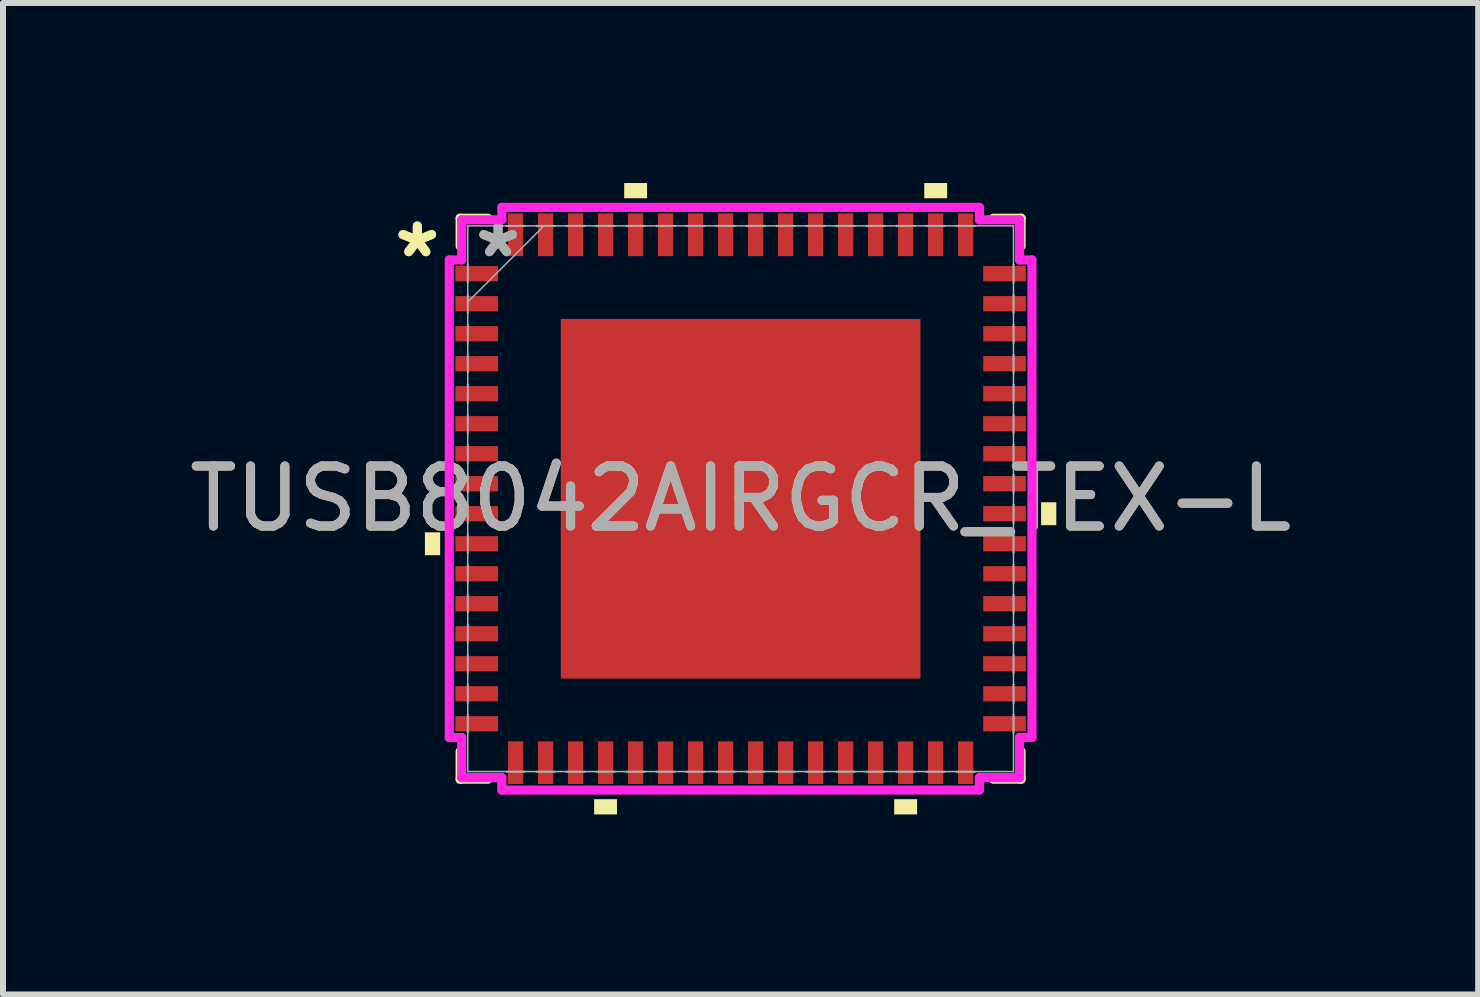
<source format=kicad_pcb>
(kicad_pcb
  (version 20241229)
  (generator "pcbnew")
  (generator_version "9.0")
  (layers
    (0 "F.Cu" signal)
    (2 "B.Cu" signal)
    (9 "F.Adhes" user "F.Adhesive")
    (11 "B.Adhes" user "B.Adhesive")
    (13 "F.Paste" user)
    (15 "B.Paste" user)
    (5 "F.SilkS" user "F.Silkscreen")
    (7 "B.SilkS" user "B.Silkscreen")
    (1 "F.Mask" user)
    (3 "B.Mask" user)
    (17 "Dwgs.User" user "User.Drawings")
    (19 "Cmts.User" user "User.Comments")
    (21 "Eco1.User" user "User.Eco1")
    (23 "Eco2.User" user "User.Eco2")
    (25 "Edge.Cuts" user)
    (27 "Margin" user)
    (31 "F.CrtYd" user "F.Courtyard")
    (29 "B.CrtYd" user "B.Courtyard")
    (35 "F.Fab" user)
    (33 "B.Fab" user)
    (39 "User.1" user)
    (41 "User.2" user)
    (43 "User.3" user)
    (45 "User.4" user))
  (footprint "TUSB8042AIRGCR_TEX-L"
    (layer "F.Cu")
    (at 9.292 5.261)
    (property "Reference" "TUSB8042AIRGCR_TEX-L" (at 0 0 0) (unlocked yes) (layer "F.SilkS") (effects (font (size 1 1) (thickness 0.15))))
    (attr smd)
    (fp_line (start -4.674 -4.674) (end -4.674 -4.21) (stroke (width 0.152) (type solid)) (layer "F.SilkS"))
    (fp_line (start -4.674 4.21) (end -4.674 4.674) (stroke (width 0.152) (type solid)) (layer "F.SilkS"))
    (fp_line (start -4.674 4.674) (end -4.21 4.674) (stroke (width 0.152) (type solid)) (layer "F.SilkS"))
    (fp_line (start -4.21 -4.674) (end -4.674 -4.674) (stroke (width 0.152) (type solid)) (layer "F.SilkS"))
    (fp_line (start 4.21 4.674) (end 4.674 4.674) (stroke (width 0.152) (type solid)) (layer "F.SilkS"))
    (fp_line (start 4.674 -4.674) (end 4.21 -4.674) (stroke (width 0.152) (type solid)) (layer "F.SilkS"))
    (fp_line (start 4.674 -4.21) (end 4.674 -4.674) (stroke (width 0.152) (type solid)) (layer "F.SilkS"))
    (fp_line (start 4.674 4.674) (end 4.674 4.21) (stroke (width 0.152) (type solid)) (layer "F.SilkS"))
    (fp_poly (pts (xy -5.261 0.56) (xy -5.261 0.941) (xy -5.007 0.941) (xy -5.007 0.56)) (stroke (width 0) (type solid)) (fill yes) (layer "F.SilkS"))
    (fp_poly (pts (xy -2.441 5.007) (xy -2.441 5.261) (xy -2.06 5.261) (xy -2.06 5.007)) (stroke (width 0) (type solid)) (fill yes) (layer "F.SilkS"))
    (fp_poly (pts (xy -1.94 -5.007) (xy -1.94 -5.261) (xy -1.559 -5.261) (xy -1.559 -5.007)) (stroke (width 0) (type solid)) (fill yes) (layer "F.SilkS"))
    (fp_poly (pts (xy 2.559 5.007) (xy 2.559 5.261) (xy 2.941 5.261) (xy 2.941 5.007)) (stroke (width 0) (type solid)) (fill yes) (layer "F.SilkS"))
    (fp_poly (pts (xy 3.06 -5.007) (xy 3.06 -5.261) (xy 3.441 -5.261) (xy 3.441 -5.007)) (stroke (width 0) (type solid)) (fill yes) (layer "F.SilkS"))
    (fp_poly (pts (xy 5.261 0.059) (xy 5.261 0.441) (xy 5.007 0.441) (xy 5.007 0.059)) (stroke (width 0) (type solid)) (fill yes) (layer "F.SilkS"))
    (fp_poly (pts (xy -2.897 -2.897) (xy -2.897 -1.599) (xy -1.599 -1.599) (xy -1.599 -2.897)) (stroke (width 0) (type solid)) (fill yes) (layer "F.Paste"))
    (fp_poly (pts (xy -2.897 -1.399) (xy -2.897 -0.1) (xy -1.599 -0.1) (xy -1.599 -1.399)) (stroke (width 0) (type solid)) (fill yes) (layer "F.Paste"))
    (fp_poly (pts (xy -2.897 0.1) (xy -2.897 1.399) (xy -1.599 1.399) (xy -1.599 0.1)) (stroke (width 0) (type solid)) (fill yes) (layer "F.Paste"))
    (fp_poly (pts (xy -2.897 1.599) (xy -2.897 2.897) (xy -1.599 2.897) (xy -1.599 1.599)) (stroke (width 0) (type solid)) (fill yes) (layer "F.Paste"))
    (fp_poly (pts (xy -1.399 -2.897) (xy -1.399 -1.599) (xy -0.1 -1.599) (xy -0.1 -2.897)) (stroke (width 0) (type solid)) (fill yes) (layer "F.Paste"))
    (fp_poly (pts (xy -1.399 -1.399) (xy -1.399 -0.1) (xy -0.1 -0.1) (xy -0.1 -1.399)) (stroke (width 0) (type solid)) (fill yes) (layer "F.Paste"))
    (fp_poly (pts (xy -1.399 0.1) (xy -1.399 1.399) (xy -0.1 1.399) (xy -0.1 0.1)) (stroke (width 0) (type solid)) (fill yes) (layer "F.Paste"))
    (fp_poly (pts (xy -1.399 1.599) (xy -1.399 2.897) (xy -0.1 2.897) (xy -0.1 1.599)) (stroke (width 0) (type solid)) (fill yes) (layer "F.Paste"))
    (fp_poly (pts (xy 0.1 -2.897) (xy 0.1 -1.599) (xy 1.399 -1.599) (xy 1.399 -2.897)) (stroke (width 0) (type solid)) (fill yes) (layer "F.Paste"))
    (fp_poly (pts (xy 0.1 -1.399) (xy 0.1 -0.1) (xy 1.399 -0.1) (xy 1.399 -1.399)) (stroke (width 0) (type solid)) (fill yes) (layer "F.Paste"))
    (fp_poly (pts (xy 0.1 0.1) (xy 0.1 1.399) (xy 1.399 1.399) (xy 1.399 0.1)) (stroke (width 0) (type solid)) (fill yes) (layer "F.Paste"))
    (fp_poly (pts (xy 0.1 1.599) (xy 0.1 2.897) (xy 1.399 2.897) (xy 1.399 1.599)) (stroke (width 0) (type solid)) (fill yes) (layer "F.Paste"))
    (fp_poly (pts (xy 1.599 -2.897) (xy 1.599 -1.599) (xy 2.897 -1.599) (xy 2.897 -2.897)) (stroke (width 0) (type solid)) (fill yes) (layer "F.Paste"))
    (fp_poly (pts (xy 1.599 -1.399) (xy 1.599 -0.1) (xy 2.897 -0.1) (xy 2.897 -1.399)) (stroke (width 0) (type solid)) (fill yes) (layer "F.Paste"))
    (fp_poly (pts (xy 1.599 0.1) (xy 1.599 1.399) (xy 2.897 1.399) (xy 2.897 0.1)) (stroke (width 0) (type solid)) (fill yes) (layer "F.Paste"))
    (fp_poly (pts (xy 1.599 1.599) (xy 1.599 2.897) (xy 2.897 2.897) (xy 2.897 1.599)) (stroke (width 0) (type solid)) (fill yes) (layer "F.Paste"))
    (fp_line (start -4.855 -3.979) (end -4.648 -3.979) (stroke (width 0.152) (type solid)) (layer "F.CrtYd"))
    (fp_line (start -4.855 3.979) (end -4.855 -3.979) (stroke (width 0.152) (type solid)) (layer "F.CrtYd"))
    (fp_line (start -4.648 -4.648) (end -3.979 -4.648) (stroke (width 0.152) (type solid)) (layer "F.CrtYd"))
    (fp_line (start -4.648 -3.979) (end -4.648 -4.648) (stroke (width 0.152) (type solid)) (layer "F.CrtYd"))
    (fp_line (start -4.648 3.979) (end -4.855 3.979) (stroke (width 0.152) (type solid)) (layer "F.CrtYd"))
    (fp_line (start -4.648 4.648) (end -4.648 3.979) (stroke (width 0.152) (type solid)) (layer "F.CrtYd"))
    (fp_line (start -3.979 -4.855) (end 3.979 -4.855) (stroke (width 0.152) (type solid)) (layer "F.CrtYd"))
    (fp_line (start -3.979 -4.648) (end -3.979 -4.855) (stroke (width 0.152) (type solid)) (layer "F.CrtYd"))
    (fp_line (start -3.979 4.648) (end -4.648 4.648) (stroke (width 0.152) (type solid)) (layer "F.CrtYd"))
    (fp_line (start -3.979 4.855) (end -3.979 4.648) (stroke (width 0.152) (type solid)) (layer "F.CrtYd"))
    (fp_line (start 3.979 -4.855) (end 3.979 -4.648) (stroke (width 0.152) (type solid)) (layer "F.CrtYd"))
    (fp_line (start 3.979 -4.648) (end 4.648 -4.648) (stroke (width 0.152) (type solid)) (layer "F.CrtYd"))
    (fp_line (start 3.979 4.648) (end 3.979 4.855) (stroke (width 0.152) (type solid)) (layer "F.CrtYd"))
    (fp_line (start 3.979 4.855) (end -3.979 4.855) (stroke (width 0.152) (type solid)) (layer "F.CrtYd"))
    (fp_line (start 4.648 -4.648) (end 4.648 -3.979) (stroke (width 0.152) (type solid)) (layer "F.CrtYd"))
    (fp_line (start 4.648 -3.979) (end 4.855 -3.979) (stroke (width 0.152) (type solid)) (layer "F.CrtYd"))
    (fp_line (start 4.648 3.979) (end 4.648 4.648) (stroke (width 0.152) (type solid)) (layer "F.CrtYd"))
    (fp_line (start 4.648 4.648) (end 3.979 4.648) (stroke (width 0.152) (type solid)) (layer "F.CrtYd"))
    (fp_line (start 4.855 -3.979) (end 4.855 3.979) (stroke (width 0.152) (type solid)) (layer "F.CrtYd"))
    (fp_line (start 4.855 3.979) (end 4.648 3.979) (stroke (width 0.152) (type solid)) (layer "F.CrtYd"))
    (fp_line (start -4.55 -3.902) (end -4.55 -3.598) (stroke (width 0.025) (type solid)) (layer "F.Fab"))
    (fp_line (start -4.55 -3.598) (end -4.547 -3.598) (stroke (width 0.025) (type solid)) (layer "F.Fab"))
    (fp_line (start -4.55 -3.402) (end -4.55 -3.098) (stroke (width 0.025) (type solid)) (layer "F.Fab"))
    (fp_line (start -4.55 -3.098) (end -4.547 -3.098) (stroke (width 0.025) (type solid)) (layer "F.Fab"))
    (fp_line (start -4.55 -2.902) (end -4.55 -2.598) (stroke (width 0.025) (type solid)) (layer "F.Fab"))
    (fp_line (start -4.55 -2.598) (end -4.547 -2.598) (stroke (width 0.025) (type solid)) (layer "F.Fab"))
    (fp_line (start -4.55 -2.402) (end -4.55 -2.098) (stroke (width 0.025) (type solid)) (layer "F.Fab"))
    (fp_line (start -4.55 -2.098) (end -4.547 -2.098) (stroke (width 0.025) (type solid)) (layer "F.Fab"))
    (fp_line (start -4.55 -1.902) (end -4.55 -1.598) (stroke (width 0.025) (type solid)) (layer "F.Fab"))
    (fp_line (start -4.55 -1.598) (end -4.547 -1.598) (stroke (width 0.025) (type solid)) (layer "F.Fab"))
    (fp_line (start -4.55 -1.402) (end -4.55 -1.098) (stroke (width 0.025) (type solid)) (layer "F.Fab"))
    (fp_line (start -4.55 -1.098) (end -4.547 -1.098) (stroke (width 0.025) (type solid)) (layer "F.Fab"))
    (fp_line (start -4.55 -0.902) (end -4.55 -0.598) (stroke (width 0.025) (type solid)) (layer "F.Fab"))
    (fp_line (start -4.55 -0.598) (end -4.547 -0.598) (stroke (width 0.025) (type solid)) (layer "F.Fab"))
    (fp_line (start -4.55 -0.402) (end -4.55 -0.098) (stroke (width 0.025) (type solid)) (layer "F.Fab"))
    (fp_line (start -4.55 -0.098) (end -4.547 -0.098) (stroke (width 0.025) (type solid)) (layer "F.Fab"))
    (fp_line (start -4.55 0.098) (end -4.55 0.402) (stroke (width 0.025) (type solid)) (layer "F.Fab"))
    (fp_line (start -4.55 0.402) (end -4.547 0.402) (stroke (width 0.025) (type solid)) (layer "F.Fab"))
    (fp_line (start -4.55 0.598) (end -4.55 0.902) (stroke (width 0.025) (type solid)) (layer "F.Fab"))
    (fp_line (start -4.55 0.902) (end -4.547 0.902) (stroke (width 0.025) (type solid)) (layer "F.Fab"))
    (fp_line (start -4.55 1.098) (end -4.55 1.402) (stroke (width 0.025) (type solid)) (layer "F.Fab"))
    (fp_line (start -4.55 1.402) (end -4.547 1.402) (stroke (width 0.025) (type solid)) (layer "F.Fab"))
    (fp_line (start -4.55 1.598) (end -4.55 1.902) (stroke (width 0.025) (type solid)) (layer "F.Fab"))
    (fp_line (start -4.55 1.902) (end -4.547 1.902) (stroke (width 0.025) (type solid)) (layer "F.Fab"))
    (fp_line (start -4.55 2.098) (end -4.55 2.402) (stroke (width 0.025) (type solid)) (layer "F.Fab"))
    (fp_line (start -4.55 2.402) (end -4.547 2.402) (stroke (width 0.025) (type solid)) (layer "F.Fab"))
    (fp_line (start -4.55 2.598) (end -4.55 2.902) (stroke (width 0.025) (type solid)) (layer "F.Fab"))
    (fp_line (start -4.55 2.902) (end -4.547 2.902) (stroke (width 0.025) (type solid)) (layer "F.Fab"))
    (fp_line (start -4.55 3.098) (end -4.55 3.402) (stroke (width 0.025) (type solid)) (layer "F.Fab"))
    (fp_line (start -4.55 3.402) (end -4.547 3.402) (stroke (width 0.025) (type solid)) (layer "F.Fab"))
    (fp_line (start -4.55 3.598) (end -4.55 3.902) (stroke (width 0.025) (type solid)) (layer "F.Fab"))
    (fp_line (start -4.55 3.902) (end -4.547 3.902) (stroke (width 0.025) (type solid)) (layer "F.Fab"))
    (fp_line (start -4.547 -4.547) (end -4.547 -4.547) (stroke (width 0.025) (type solid)) (layer "F.Fab"))
    (fp_line (start -4.547 -4.547) (end -4.547 4.547) (stroke (width 0.025) (type solid)) (layer "F.Fab"))
    (fp_line (start -4.547 -3.902) (end -4.55 -3.902) (stroke (width 0.025) (type solid)) (layer "F.Fab"))
    (fp_line (start -4.547 -3.598) (end -4.547 -3.902) (stroke (width 0.025) (type solid)) (layer "F.Fab"))
    (fp_line (start -4.547 -3.402) (end -4.55 -3.402) (stroke (width 0.025) (type solid)) (layer "F.Fab"))
    (fp_line (start -4.547 -3.277) (end -3.277 -4.547) (stroke (width 0.025) (type solid)) (layer "F.Fab"))
    (fp_line (start -4.547 -3.098) (end -4.547 -3.402) (stroke (width 0.025) (type solid)) (layer "F.Fab"))
    (fp_line (start -4.547 -2.902) (end -4.55 -2.902) (stroke (width 0.025) (type solid)) (layer "F.Fab"))
    (fp_line (start -4.547 -2.598) (end -4.547 -2.902) (stroke (width 0.025) (type solid)) (layer "F.Fab"))
    (fp_line (start -4.547 -2.402) (end -4.55 -2.402) (stroke (width 0.025) (type solid)) (layer "F.Fab"))
    (fp_line (start -4.547 -2.098) (end -4.547 -2.402) (stroke (width 0.025) (type solid)) (layer "F.Fab"))
    (fp_line (start -4.547 -1.902) (end -4.55 -1.902) (stroke (width 0.025) (type solid)) (layer "F.Fab"))
    (fp_line (start -4.547 -1.598) (end -4.547 -1.902) (stroke (width 0.025) (type solid)) (layer "F.Fab"))
    (fp_line (start -4.547 -1.402) (end -4.55 -1.402) (stroke (width 0.025) (type solid)) (layer "F.Fab"))
    (fp_line (start -4.547 -1.098) (end -4.547 -1.402) (stroke (width 0.025) (type solid)) (layer "F.Fab"))
    (fp_line (start -4.547 -0.902) (end -4.55 -0.902) (stroke (width 0.025) (type solid)) (layer "F.Fab"))
    (fp_line (start -4.547 -0.598) (end -4.547 -0.902) (stroke (width 0.025) (type solid)) (layer "F.Fab"))
    (fp_line (start -4.547 -0.402) (end -4.55 -0.402) (stroke (width 0.025) (type solid)) (layer "F.Fab"))
    (fp_line (start -4.547 -0.098) (end -4.547 -0.402) (stroke (width 0.025) (type solid)) (layer "F.Fab"))
    (fp_line (start -4.547 0.098) (end -4.55 0.098) (stroke (width 0.025) (type solid)) (layer "F.Fab"))
    (fp_line (start -4.547 0.402) (end -4.547 0.098) (stroke (width 0.025) (type solid)) (layer "F.Fab"))
    (fp_line (start -4.547 0.598) (end -4.55 0.598) (stroke (width 0.025) (type solid)) (layer "F.Fab"))
    (fp_line (start -4.547 0.902) (end -4.547 0.598) (stroke (width 0.025) (type solid)) (layer "F.Fab"))
    (fp_line (start -4.547 1.098) (end -4.55 1.098) (stroke (width 0.025) (type solid)) (layer "F.Fab"))
    (fp_line (start -4.547 1.402) (end -4.547 1.098) (stroke (width 0.025) (type solid)) (layer "F.Fab"))
    (fp_line (start -4.547 1.598) (end -4.55 1.598) (stroke (width 0.025) (type solid)) (layer "F.Fab"))
    (fp_line (start -4.547 1.902) (end -4.547 1.598) (stroke (width 0.025) (type solid)) (layer "F.Fab"))
    (fp_line (start -4.547 2.098) (end -4.55 2.098) (stroke (width 0.025) (type solid)) (layer "F.Fab"))
    (fp_line (start -4.547 2.402) (end -4.547 2.098) (stroke (width 0.025) (type solid)) (layer "F.Fab"))
    (fp_line (start -4.547 2.598) (end -4.55 2.598) (stroke (width 0.025) (type solid)) (layer "F.Fab"))
    (fp_line (start -4.547 2.902) (end -4.547 2.598) (stroke (width 0.025) (type solid)) (layer "F.Fab"))
    (fp_line (start -4.547 3.098) (end -4.55 3.098) (stroke (width 0.025) (type solid)) (layer "F.Fab"))
    (fp_line (start -4.547 3.402) (end -4.547 3.098) (stroke (width 0.025) (type solid)) (layer "F.Fab"))
    (fp_line (start -4.547 3.598) (end -4.55 3.598) (stroke (width 0.025) (type solid)) (layer "F.Fab"))
    (fp_line (start -4.547 3.902) (end -4.547 3.598) (stroke (width 0.025) (type solid)) (layer "F.Fab"))
    (fp_line (start -4.547 4.547) (end -4.547 4.547) (stroke (width 0.025) (type solid)) (layer "F.Fab"))
    (fp_line (start -4.547 4.547) (end 4.547 4.547) (stroke (width 0.025) (type solid)) (layer "F.Fab"))
    (fp_line (start -3.902 -4.55) (end -3.902 -4.547) (stroke (width 0.025) (type solid)) (layer "F.Fab"))
    (fp_line (start -3.902 -4.547) (end -3.598 -4.547) (stroke (width 0.025) (type solid)) (layer "F.Fab"))
    (fp_line (start -3.902 4.547) (end -3.902 4.55) (stroke (width 0.025) (type solid)) (layer "F.Fab"))
    (fp_line (start -3.902 4.55) (end -3.598 4.55) (stroke (width 0.025) (type solid)) (layer "F.Fab"))
    (fp_line (start -3.598 -4.55) (end -3.902 -4.55) (stroke (width 0.025) (type solid)) (layer "F.Fab"))
    (fp_line (start -3.598 -4.547) (end -3.598 -4.55) (stroke (width 0.025) (type solid)) (layer "F.Fab"))
    (fp_line (start -3.598 4.547) (end -3.902 4.547) (stroke (width 0.025) (type solid)) (layer "F.Fab"))
    (fp_line (start -3.598 4.55) (end -3.598 4.547) (stroke (width 0.025) (type solid)) (layer "F.Fab"))
    (fp_line (start -3.402 -4.55) (end -3.402 -4.547) (stroke (width 0.025) (type solid)) (layer "F.Fab"))
    (fp_line (start -3.402 -4.547) (end -3.098 -4.547) (stroke (width 0.025) (type solid)) (layer "F.Fab"))
    (fp_line (start -3.402 4.547) (end -3.402 4.55) (stroke (width 0.025) (type solid)) (layer "F.Fab"))
    (fp_line (start -3.402 4.55) (end -3.098 4.55) (stroke (width 0.025) (type solid)) (layer "F.Fab"))
    (fp_line (start -3.098 -4.55) (end -3.402 -4.55) (stroke (width 0.025) (type solid)) (layer "F.Fab"))
    (fp_line (start -3.098 -4.547) (end -3.098 -4.55) (stroke (width 0.025) (type solid)) (layer "F.Fab"))
    (fp_line (start -3.098 4.547) (end -3.402 4.547) (stroke (width 0.025) (type solid)) (layer "F.Fab"))
    (fp_line (start -3.098 4.55) (end -3.098 4.547) (stroke (width 0.025) (type solid)) (layer "F.Fab"))
    (fp_line (start -2.902 -4.55) (end -2.902 -4.547) (stroke (width 0.025) (type solid)) (layer "F.Fab"))
    (fp_line (start -2.902 -4.547) (end -2.598 -4.547) (stroke (width 0.025) (type solid)) (layer "F.Fab"))
    (fp_line (start -2.902 4.547) (end -2.902 4.55) (stroke (width 0.025) (type solid)) (layer "F.Fab"))
    (fp_line (start -2.902 4.55) (end -2.598 4.55) (stroke (width 0.025) (type solid)) (layer "F.Fab"))
    (fp_line (start -2.598 -4.55) (end -2.902 -4.55) (stroke (width 0.025) (type solid)) (layer "F.Fab"))
    (fp_line (start -2.598 -4.547) (end -2.598 -4.55) (stroke (width 0.025) (type solid)) (layer "F.Fab"))
    (fp_line (start -2.598 4.547) (end -2.902 4.547) (stroke (width 0.025) (type solid)) (layer "F.Fab"))
    (fp_line (start -2.598 4.55) (end -2.598 4.547) (stroke (width 0.025) (type solid)) (layer "F.Fab"))
    (fp_line (start -2.402 -4.55) (end -2.402 -4.547) (stroke (width 0.025) (type solid)) (layer "F.Fab"))
    (fp_line (start -2.402 -4.547) (end -2.098 -4.547) (stroke (width 0.025) (type solid)) (layer "F.Fab"))
    (fp_line (start -2.402 4.547) (end -2.402 4.55) (stroke (width 0.025) (type solid)) (layer "F.Fab"))
    (fp_line (start -2.402 4.55) (end -2.098 4.55) (stroke (width 0.025) (type solid)) (layer "F.Fab"))
    (fp_line (start -2.098 -4.55) (end -2.402 -4.55) (stroke (width 0.025) (type solid)) (layer "F.Fab"))
    (fp_line (start -2.098 -4.547) (end -2.098 -4.55) (stroke (width 0.025) (type solid)) (layer "F.Fab"))
    (fp_line (start -2.098 4.547) (end -2.402 4.547) (stroke (width 0.025) (type solid)) (layer "F.Fab"))
    (fp_line (start -2.098 4.55) (end -2.098 4.547) (stroke (width 0.025) (type solid)) (layer "F.Fab"))
    (fp_line (start -1.902 -4.55) (end -1.902 -4.547) (stroke (width 0.025) (type solid)) (layer "F.Fab"))
    (fp_line (start -1.902 -4.547) (end -1.598 -4.547) (stroke (width 0.025) (type solid)) (layer "F.Fab"))
    (fp_line (start -1.902 4.547) (end -1.902 4.55) (stroke (width 0.025) (type solid)) (layer "F.Fab"))
    (fp_line (start -1.902 4.55) (end -1.598 4.55) (stroke (width 0.025) (type solid)) (layer "F.Fab"))
    (fp_line (start -1.598 -4.55) (end -1.902 -4.55) (stroke (width 0.025) (type solid)) (layer "F.Fab"))
    (fp_line (start -1.598 -4.547) (end -1.598 -4.55) (stroke (width 0.025) (type solid)) (layer "F.Fab"))
    (fp_line (start -1.598 4.547) (end -1.902 4.547) (stroke (width 0.025) (type solid)) (layer "F.Fab"))
    (fp_line (start -1.598 4.55) (end -1.598 4.547) (stroke (width 0.025) (type solid)) (layer "F.Fab"))
    (fp_line (start -1.402 -4.55) (end -1.402 -4.547) (stroke (width 0.025) (type solid)) (layer "F.Fab"))
    (fp_line (start -1.402 -4.547) (end -1.098 -4.547) (stroke (width 0.025) (type solid)) (layer "F.Fab"))
    (fp_line (start -1.402 4.547) (end -1.402 4.55) (stroke (width 0.025) (type solid)) (layer "F.Fab"))
    (fp_line (start -1.402 4.55) (end -1.098 4.55) (stroke (width 0.025) (type solid)) (layer "F.Fab"))
    (fp_line (start -1.098 -4.55) (end -1.402 -4.55) (stroke (width 0.025) (type solid)) (layer "F.Fab"))
    (fp_line (start -1.098 -4.547) (end -1.098 -4.55) (stroke (width 0.025) (type solid)) (layer "F.Fab"))
    (fp_line (start -1.098 4.547) (end -1.402 4.547) (stroke (width 0.025) (type solid)) (layer "F.Fab"))
    (fp_line (start -1.098 4.55) (end -1.098 4.547) (stroke (width 0.025) (type solid)) (layer "F.Fab"))
    (fp_line (start -0.902 -4.55) (end -0.902 -4.547) (stroke (width 0.025) (type solid)) (layer "F.Fab"))
    (fp_line (start -0.902 -4.547) (end -0.598 -4.547) (stroke (width 0.025) (type solid)) (layer "F.Fab"))
    (fp_line (start -0.902 4.547) (end -0.902 4.55) (stroke (width 0.025) (type solid)) (layer "F.Fab"))
    (fp_line (start -0.902 4.55) (end -0.598 4.55) (stroke (width 0.025) (type solid)) (layer "F.Fab"))
    (fp_line (start -0.598 -4.55) (end -0.902 -4.55) (stroke (width 0.025) (type solid)) (layer "F.Fab"))
    (fp_line (start -0.598 -4.547) (end -0.598 -4.55) (stroke (width 0.025) (type solid)) (layer "F.Fab"))
    (fp_line (start -0.598 4.547) (end -0.902 4.547) (stroke (width 0.025) (type solid)) (layer "F.Fab"))
    (fp_line (start -0.598 4.55) (end -0.598 4.547) (stroke (width 0.025) (type solid)) (layer "F.Fab"))
    (fp_line (start -0.402 -4.55) (end -0.402 -4.547) (stroke (width 0.025) (type solid)) (layer "F.Fab"))
    (fp_line (start -0.402 -4.547) (end -0.098 -4.547) (stroke (width 0.025) (type solid)) (layer "F.Fab"))
    (fp_line (start -0.402 4.547) (end -0.402 4.55) (stroke (width 0.025) (type solid)) (layer "F.Fab"))
    (fp_line (start -0.402 4.55) (end -0.098 4.55) (stroke (width 0.025) (type solid)) (layer "F.Fab"))
    (fp_line (start -0.098 -4.55) (end -0.402 -4.55) (stroke (width 0.025) (type solid)) (layer "F.Fab"))
    (fp_line (start -0.098 -4.547) (end -0.098 -4.55) (stroke (width 0.025) (type solid)) (layer "F.Fab"))
    (fp_line (start -0.098 4.547) (end -0.402 4.547) (stroke (width 0.025) (type solid)) (layer "F.Fab"))
    (fp_line (start -0.098 4.55) (end -0.098 4.547) (stroke (width 0.025) (type solid)) (layer "F.Fab"))
    (fp_line (start 0.098 -4.55) (end 0.098 -4.547) (stroke (width 0.025) (type solid)) (layer "F.Fab"))
    (fp_line (start 0.098 -4.547) (end 0.402 -4.547) (stroke (width 0.025) (type solid)) (layer "F.Fab"))
    (fp_line (start 0.098 4.547) (end 0.098 4.55) (stroke (width 0.025) (type solid)) (layer "F.Fab"))
    (fp_line (start 0.098 4.55) (end 0.402 4.55) (stroke (width 0.025) (type solid)) (layer "F.Fab"))
    (fp_line (start 0.402 -4.55) (end 0.098 -4.55) (stroke (width 0.025) (type solid)) (layer "F.Fab"))
    (fp_line (start 0.402 -4.547) (end 0.402 -4.55) (stroke (width 0.025) (type solid)) (layer "F.Fab"))
    (fp_line (start 0.402 4.547) (end 0.098 4.547) (stroke (width 0.025) (type solid)) (layer "F.Fab"))
    (fp_line (start 0.402 4.55) (end 0.402 4.547) (stroke (width 0.025) (type solid)) (layer "F.Fab"))
    (fp_line (start 0.598 -4.55) (end 0.598 -4.547) (stroke (width 0.025) (type solid)) (layer "F.Fab"))
    (fp_line (start 0.598 -4.547) (end 0.902 -4.547) (stroke (width 0.025) (type solid)) (layer "F.Fab"))
    (fp_line (start 0.598 4.547) (end 0.598 4.55) (stroke (width 0.025) (type solid)) (layer "F.Fab"))
    (fp_line (start 0.598 4.55) (end 0.902 4.55) (stroke (width 0.025) (type solid)) (layer "F.Fab"))
    (fp_line (start 0.902 -4.55) (end 0.598 -4.55) (stroke (width 0.025) (type solid)) (layer "F.Fab"))
    (fp_line (start 0.902 -4.547) (end 0.902 -4.55) (stroke (width 0.025) (type solid)) (layer "F.Fab"))
    (fp_line (start 0.902 4.547) (end 0.598 4.547) (stroke (width 0.025) (type solid)) (layer "F.Fab"))
    (fp_line (start 0.902 4.55) (end 0.902 4.547) (stroke (width 0.025) (type solid)) (layer "F.Fab"))
    (fp_line (start 1.098 -4.55) (end 1.098 -4.547) (stroke (width 0.025) (type solid)) (layer "F.Fab"))
    (fp_line (start 1.098 -4.547) (end 1.402 -4.547) (stroke (width 0.025) (type solid)) (layer "F.Fab"))
    (fp_line (start 1.098 4.547) (end 1.098 4.55) (stroke (width 0.025) (type solid)) (layer "F.Fab"))
    (fp_line (start 1.098 4.55) (end 1.402 4.55) (stroke (width 0.025) (type solid)) (layer "F.Fab"))
    (fp_line (start 1.402 -4.55) (end 1.098 -4.55) (stroke (width 0.025) (type solid)) (layer "F.Fab"))
    (fp_line (start 1.402 -4.547) (end 1.402 -4.55) (stroke (width 0.025) (type solid)) (layer "F.Fab"))
    (fp_line (start 1.402 4.547) (end 1.098 4.547) (stroke (width 0.025) (type solid)) (layer "F.Fab"))
    (fp_line (start 1.402 4.55) (end 1.402 4.547) (stroke (width 0.025) (type solid)) (layer "F.Fab"))
    (fp_line (start 1.598 -4.55) (end 1.598 -4.547) (stroke (width 0.025) (type solid)) (layer "F.Fab"))
    (fp_line (start 1.598 -4.547) (end 1.902 -4.547) (stroke (width 0.025) (type solid)) (layer "F.Fab"))
    (fp_line (start 1.598 4.547) (end 1.598 4.55) (stroke (width 0.025) (type solid)) (layer "F.Fab"))
    (fp_line (start 1.598 4.55) (end 1.902 4.55) (stroke (width 0.025) (type solid)) (layer "F.Fab"))
    (fp_line (start 1.902 -4.55) (end 1.598 -4.55) (stroke (width 0.025) (type solid)) (layer "F.Fab"))
    (fp_line (start 1.902 -4.547) (end 1.902 -4.55) (stroke (width 0.025) (type solid)) (layer "F.Fab"))
    (fp_line (start 1.902 4.547) (end 1.598 4.547) (stroke (width 0.025) (type solid)) (layer "F.Fab"))
    (fp_line (start 1.902 4.55) (end 1.902 4.547) (stroke (width 0.025) (type solid)) (layer "F.Fab"))
    (fp_line (start 2.098 -4.55) (end 2.098 -4.547) (stroke (width 0.025) (type solid)) (layer "F.Fab"))
    (fp_line (start 2.098 -4.547) (end 2.402 -4.547) (stroke (width 0.025) (type solid)) (layer "F.Fab"))
    (fp_line (start 2.098 4.547) (end 2.098 4.55) (stroke (width 0.025) (type solid)) (layer "F.Fab"))
    (fp_line (start 2.098 4.55) (end 2.402 4.55) (stroke (width 0.025) (type solid)) (layer "F.Fab"))
    (fp_line (start 2.402 -4.55) (end 2.098 -4.55) (stroke (width 0.025) (type solid)) (layer "F.Fab"))
    (fp_line (start 2.402 -4.547) (end 2.402 -4.55) (stroke (width 0.025) (type solid)) (layer "F.Fab"))
    (fp_line (start 2.402 4.547) (end 2.098 4.547) (stroke (width 0.025) (type solid)) (layer "F.Fab"))
    (fp_line (start 2.402 4.55) (end 2.402 4.547) (stroke (width 0.025) (type solid)) (layer "F.Fab"))
    (fp_line (start 2.598 -4.55) (end 2.598 -4.547) (stroke (width 0.025) (type solid)) (layer "F.Fab"))
    (fp_line (start 2.598 -4.547) (end 2.902 -4.547) (stroke (width 0.025) (type solid)) (layer "F.Fab"))
    (fp_line (start 2.598 4.547) (end 2.598 4.55) (stroke (width 0.025) (type solid)) (layer "F.Fab"))
    (fp_line (start 2.598 4.55) (end 2.902 4.55) (stroke (width 0.025) (type solid)) (layer "F.Fab"))
    (fp_line (start 2.902 -4.55) (end 2.598 -4.55) (stroke (width 0.025) (type solid)) (layer "F.Fab"))
    (fp_line (start 2.902 -4.547) (end 2.902 -4.55) (stroke (width 0.025) (type solid)) (layer "F.Fab"))
    (fp_line (start 2.902 4.547) (end 2.598 4.547) (stroke (width 0.025) (type solid)) (layer "F.Fab"))
    (fp_line (start 2.902 4.55) (end 2.902 4.547) (stroke (width 0.025) (type solid)) (layer "F.Fab"))
    (fp_line (start 3.098 -4.55) (end 3.098 -4.547) (stroke (width 0.025) (type solid)) (layer "F.Fab"))
    (fp_line (start 3.098 -4.547) (end 3.402 -4.547) (stroke (width 0.025) (type solid)) (layer "F.Fab"))
    (fp_line (start 3.098 4.547) (end 3.098 4.55) (stroke (width 0.025) (type solid)) (layer "F.Fab"))
    (fp_line (start 3.098 4.55) (end 3.402 4.55) (stroke (width 0.025) (type solid)) (layer "F.Fab"))
    (fp_line (start 3.402 -4.55) (end 3.098 -4.55) (stroke (width 0.025) (type solid)) (layer "F.Fab"))
    (fp_line (start 3.402 -4.547) (end 3.402 -4.55) (stroke (width 0.025) (type solid)) (layer "F.Fab"))
    (fp_line (start 3.402 4.547) (end 3.098 4.547) (stroke (width 0.025) (type solid)) (layer "F.Fab"))
    (fp_line (start 3.402 4.55) (end 3.402 4.547) (stroke (width 0.025) (type solid)) (layer "F.Fab"))
    (fp_line (start 3.598 -4.55) (end 3.598 -4.547) (stroke (width 0.025) (type solid)) (layer "F.Fab"))
    (fp_line (start 3.598 -4.547) (end 3.902 -4.547) (stroke (width 0.025) (type solid)) (layer "F.Fab"))
    (fp_line (start 3.598 4.547) (end 3.598 4.55) (stroke (width 0.025) (type solid)) (layer "F.Fab"))
    (fp_line (start 3.598 4.55) (end 3.902 4.55) (stroke (width 0.025) (type solid)) (layer "F.Fab"))
    (fp_line (start 3.902 -4.55) (end 3.598 -4.55) (stroke (width 0.025) (type solid)) (layer "F.Fab"))
    (fp_line (start 3.902 -4.547) (end 3.902 -4.55) (stroke (width 0.025) (type solid)) (layer "F.Fab"))
    (fp_line (start 3.902 4.547) (end 3.598 4.547) (stroke (width 0.025) (type solid)) (layer "F.Fab"))
    (fp_line (start 3.902 4.55) (end 3.902 4.547) (stroke (width 0.025) (type solid)) (layer "F.Fab"))
    (fp_line (start 4.547 -4.547) (end -4.547 -4.547) (stroke (width 0.025) (type solid)) (layer "F.Fab"))
    (fp_line (start 4.547 -4.547) (end 4.547 -4.547) (stroke (width 0.025) (type solid)) (layer "F.Fab"))
    (fp_line (start 4.547 -3.902) (end 4.547 -3.598) (stroke (width 0.025) (type solid)) (layer "F.Fab"))
    (fp_line (start 4.547 -3.598) (end 4.55 -3.598) (stroke (width 0.025) (type solid)) (layer "F.Fab"))
    (fp_line (start 4.547 -3.402) (end 4.547 -3.098) (stroke (width 0.025) (type solid)) (layer "F.Fab"))
    (fp_line (start 4.547 -3.098) (end 4.55 -3.098) (stroke (width 0.025) (type solid)) (layer "F.Fab"))
    (fp_line (start 4.547 -2.902) (end 4.547 -2.598) (stroke (width 0.025) (type solid)) (layer "F.Fab"))
    (fp_line (start 4.547 -2.598) (end 4.55 -2.598) (stroke (width 0.025) (type solid)) (layer "F.Fab"))
    (fp_line (start 4.547 -2.402) (end 4.547 -2.098) (stroke (width 0.025) (type solid)) (layer "F.Fab"))
    (fp_line (start 4.547 -2.098) (end 4.55 -2.098) (stroke (width 0.025) (type solid)) (layer "F.Fab"))
    (fp_line (start 4.547 -1.902) (end 4.547 -1.598) (stroke (width 0.025) (type solid)) (layer "F.Fab"))
    (fp_line (start 4.547 -1.598) (end 4.55 -1.598) (stroke (width 0.025) (type solid)) (layer "F.Fab"))
    (fp_line (start 4.547 -1.402) (end 4.547 -1.098) (stroke (width 0.025) (type solid)) (layer "F.Fab"))
    (fp_line (start 4.547 -1.098) (end 4.55 -1.098) (stroke (width 0.025) (type solid)) (layer "F.Fab"))
    (fp_line (start 4.547 -0.902) (end 4.547 -0.598) (stroke (width 0.025) (type solid)) (layer "F.Fab"))
    (fp_line (start 4.547 -0.598) (end 4.55 -0.598) (stroke (width 0.025) (type solid)) (layer "F.Fab"))
    (fp_line (start 4.547 -0.402) (end 4.547 -0.098) (stroke (width 0.025) (type solid)) (layer "F.Fab"))
    (fp_line (start 4.547 -0.098) (end 4.55 -0.098) (stroke (width 0.025) (type solid)) (layer "F.Fab"))
    (fp_line (start 4.547 0.098) (end 4.547 0.402) (stroke (width 0.025) (type solid)) (layer "F.Fab"))
    (fp_line (start 4.547 0.402) (end 4.55 0.402) (stroke (width 0.025) (type solid)) (layer "F.Fab"))
    (fp_line (start 4.547 0.598) (end 4.547 0.902) (stroke (width 0.025) (type solid)) (layer "F.Fab"))
    (fp_line (start 4.547 0.902) (end 4.55 0.902) (stroke (width 0.025) (type solid)) (layer "F.Fab"))
    (fp_line (start 4.547 1.098) (end 4.547 1.402) (stroke (width 0.025) (type solid)) (layer "F.Fab"))
    (fp_line (start 4.547 1.402) (end 4.55 1.402) (stroke (width 0.025) (type solid)) (layer "F.Fab"))
    (fp_line (start 4.547 1.598) (end 4.547 1.902) (stroke (width 0.025) (type solid)) (layer "F.Fab"))
    (fp_line (start 4.547 1.902) (end 4.55 1.902) (stroke (width 0.025) (type solid)) (layer "F.Fab"))
    (fp_line (start 4.547 2.098) (end 4.547 2.402) (stroke (width 0.025) (type solid)) (layer "F.Fab"))
    (fp_line (start 4.547 2.402) (end 4.55 2.402) (stroke (width 0.025) (type solid)) (layer "F.Fab"))
    (fp_line (start 4.547 2.598) (end 4.547 2.902) (stroke (width 0.025) (type solid)) (layer "F.Fab"))
    (fp_line (start 4.547 2.902) (end 4.55 2.902) (stroke (width 0.025) (type solid)) (layer "F.Fab"))
    (fp_line (start 4.547 3.098) (end 4.547 3.402) (stroke (width 0.025) (type solid)) (layer "F.Fab"))
    (fp_line (start 4.547 3.402) (end 4.55 3.402) (stroke (width 0.025) (type solid)) (layer "F.Fab"))
    (fp_line (start 4.547 3.598) (end 4.547 3.902) (stroke (width 0.025) (type solid)) (layer "F.Fab"))
    (fp_line (start 4.547 3.902) (end 4.55 3.902) (stroke (width 0.025) (type solid)) (layer "F.Fab"))
    (fp_line (start 4.547 4.547) (end 4.547 -4.547) (stroke (width 0.025) (type solid)) (layer "F.Fab"))
    (fp_line (start 4.547 4.547) (end 4.547 4.547) (stroke (width 0.025) (type solid)) (layer "F.Fab"))
    (fp_line (start 4.55 -3.902) (end 4.547 -3.902) (stroke (width 0.025) (type solid)) (layer "F.Fab"))
    (fp_line (start 4.55 -3.598) (end 4.55 -3.902) (stroke (width 0.025) (type solid)) (layer "F.Fab"))
    (fp_line (start 4.55 -3.402) (end 4.547 -3.402) (stroke (width 0.025) (type solid)) (layer "F.Fab"))
    (fp_line (start 4.55 -3.098) (end 4.55 -3.402) (stroke (width 0.025) (type solid)) (layer "F.Fab"))
    (fp_line (start 4.55 -2.902) (end 4.547 -2.902) (stroke (width 0.025) (type solid)) (layer "F.Fab"))
    (fp_line (start 4.55 -2.598) (end 4.55 -2.902) (stroke (width 0.025) (type solid)) (layer "F.Fab"))
    (fp_line (start 4.55 -2.402) (end 4.547 -2.402) (stroke (width 0.025) (type solid)) (layer "F.Fab"))
    (fp_line (start 4.55 -2.098) (end 4.55 -2.402) (stroke (width 0.025) (type solid)) (layer "F.Fab"))
    (fp_line (start 4.55 -1.902) (end 4.547 -1.902) (stroke (width 0.025) (type solid)) (layer "F.Fab"))
    (fp_line (start 4.55 -1.598) (end 4.55 -1.902) (stroke (width 0.025) (type solid)) (layer "F.Fab"))
    (fp_line (start 4.55 -1.402) (end 4.547 -1.402) (stroke (width 0.025) (type solid)) (layer "F.Fab"))
    (fp_line (start 4.55 -1.098) (end 4.55 -1.402) (stroke (width 0.025) (type solid)) (layer "F.Fab"))
    (fp_line (start 4.55 -0.902) (end 4.547 -0.902) (stroke (width 0.025) (type solid)) (layer "F.Fab"))
    (fp_line (start 4.55 -0.598) (end 4.55 -0.902) (stroke (width 0.025) (type solid)) (layer "F.Fab"))
    (fp_line (start 4.55 -0.402) (end 4.547 -0.402) (stroke (width 0.025) (type solid)) (layer "F.Fab"))
    (fp_line (start 4.55 -0.098) (end 4.55 -0.402) (stroke (width 0.025) (type solid)) (layer "F.Fab"))
    (fp_line (start 4.55 0.098) (end 4.547 0.098) (stroke (width 0.025) (type solid)) (layer "F.Fab"))
    (fp_line (start 4.55 0.402) (end 4.55 0.098) (stroke (width 0.025) (type solid)) (layer "F.Fab"))
    (fp_line (start 4.55 0.598) (end 4.547 0.598) (stroke (width 0.025) (type solid)) (layer "F.Fab"))
    (fp_line (start 4.55 0.902) (end 4.55 0.598) (stroke (width 0.025) (type solid)) (layer "F.Fab"))
    (fp_line (start 4.55 1.098) (end 4.547 1.098) (stroke (width 0.025) (type solid)) (layer "F.Fab"))
    (fp_line (start 4.55 1.402) (end 4.55 1.098) (stroke (width 0.025) (type solid)) (layer "F.Fab"))
    (fp_line (start 4.55 1.598) (end 4.547 1.598) (stroke (width 0.025) (type solid)) (layer "F.Fab"))
    (fp_line (start 4.55 1.902) (end 4.55 1.598) (stroke (width 0.025) (type solid)) (layer "F.Fab"))
    (fp_line (start 4.55 2.098) (end 4.547 2.098) (stroke (width 0.025) (type solid)) (layer "F.Fab"))
    (fp_line (start 4.55 2.402) (end 4.55 2.098) (stroke (width 0.025) (type solid)) (layer "F.Fab"))
    (fp_line (start 4.55 2.598) (end 4.547 2.598) (stroke (width 0.025) (type solid)) (layer "F.Fab"))
    (fp_line (start 4.55 2.902) (end 4.55 2.598) (stroke (width 0.025) (type solid)) (layer "F.Fab"))
    (fp_line (start 4.55 3.098) (end 4.547 3.098) (stroke (width 0.025) (type solid)) (layer "F.Fab"))
    (fp_line (start 4.55 3.402) (end 4.55 3.098) (stroke (width 0.025) (type solid)) (layer "F.Fab"))
    (fp_line (start 4.55 3.598) (end 4.547 3.598) (stroke (width 0.025) (type solid)) (layer "F.Fab"))
    (fp_line (start 4.55 3.902) (end 4.55 3.598) (stroke (width 0.025) (type solid)) (layer "F.Fab"))
    (fp_text user "*" (at -5.388 -4 0) (layer "F.SilkS") (effects (font (size 1 1) (thickness 0.15))))
    (fp_text user "*" (at -5.388 -4 0) (unlocked yes) (layer "F.SilkS") (effects (font (size 1 1) (thickness 0.15))))
    (fp_text user "*" (at -4.042 -4 0) (layer "F.Fab") (effects (font (size 1 1) (thickness 0.15))))
    (fp_text user "*" (at -4.042 -4 0) (unlocked yes) (layer "F.Fab") (effects (font (size 1 1) (thickness 0.15))))
    (fp_text user "${REFERENCE}" (at 0 0 0) (unlocked yes) (layer "F.Fab") (effects (font (size 1 1) (thickness 0.15))))
    (pad "1" smd rect (at -4.398 -3.75 90) (size 0.254 0.711) (layers "F.Cu" "F.Mask" "F.Paste"))
    (pad "2" smd rect (at -4.398 -3.25 90) (size 0.254 0.711) (layers "F.Cu" "F.Mask" "F.Paste"))
    (pad "3" smd rect (at -4.398 -2.75 90) (size 0.254 0.711) (layers "F.Cu" "F.Mask" "F.Paste"))
    (pad "4" smd rect (at -4.398 -2.25 90) (size 0.254 0.711) (layers "F.Cu" "F.Mask" "F.Paste"))
    (pad "5" smd rect (at -4.398 -1.75 90) (size 0.254 0.711) (layers "F.Cu" "F.Mask" "F.Paste"))
    (pad "6" smd rect (at -4.398 -1.25 90) (size 0.254 0.711) (layers "F.Cu" "F.Mask" "F.Paste"))
    (pad "7" smd rect (at -4.398 -0.75 90) (size 0.254 0.711) (layers "F.Cu" "F.Mask" "F.Paste"))
    (pad "8" smd rect (at -4.398 -0.25 90) (size 0.254 0.711) (layers "F.Cu" "F.Mask" "F.Paste"))
    (pad "9" smd rect (at -4.398 0.25 90) (size 0.254 0.711) (layers "F.Cu" "F.Mask" "F.Paste"))
    (pad "10" smd rect (at -4.398 0.75 90) (size 0.254 0.711) (layers "F.Cu" "F.Mask" "F.Paste"))
    (pad "11" smd rect (at -4.398 1.25 90) (size 0.254 0.711) (layers "F.Cu" "F.Mask" "F.Paste"))
    (pad "12" smd rect (at -4.398 1.75 90) (size 0.254 0.711) (layers "F.Cu" "F.Mask" "F.Paste"))
    (pad "13" smd rect (at -4.398 2.25 90) (size 0.254 0.711) (layers "F.Cu" "F.Mask" "F.Paste"))
    (pad "14" smd rect (at -4.398 2.75 90) (size 0.254 0.711) (layers "F.Cu" "F.Mask" "F.Paste"))
    (pad "15" smd rect (at -4.398 3.25 90) (size 0.254 0.711) (layers "F.Cu" "F.Mask" "F.Paste"))
    (pad "16" smd rect (at -4.398 3.75 90) (size 0.254 0.711) (layers "F.Cu" "F.Mask" "F.Paste"))
    (pad "17" smd rect (at -3.75 4.398) (size 0.254 0.711) (layers "F.Cu" "F.Mask" "F.Paste"))
    (pad "18" smd rect (at -3.25 4.398) (size 0.254 0.711) (layers "F.Cu" "F.Mask" "F.Paste"))
    (pad "19" smd rect (at -2.75 4.398) (size 0.254 0.711) (layers "F.Cu" "F.Mask" "F.Paste"))
    (pad "20" smd rect (at -2.25 4.398) (size 0.254 0.711) (layers "F.Cu" "F.Mask" "F.Paste"))
    (pad "21" smd rect (at -1.75 4.398) (size 0.254 0.711) (layers "F.Cu" "F.Mask" "F.Paste"))
    (pad "22" smd rect (at -1.25 4.398) (size 0.254 0.711) (layers "F.Cu" "F.Mask" "F.Paste"))
    (pad "23" smd rect (at -0.75 4.398) (size 0.254 0.711) (layers "F.Cu" "F.Mask" "F.Paste"))
    (pad "24" smd rect (at -0.25 4.398) (size 0.254 0.711) (layers "F.Cu" "F.Mask" "F.Paste"))
    (pad "25" smd rect (at 0.25 4.398) (size 0.254 0.711) (layers "F.Cu" "F.Mask" "F.Paste"))
    (pad "26" smd rect (at 0.75 4.398) (size 0.254 0.711) (layers "F.Cu" "F.Mask" "F.Paste"))
    (pad "27" smd rect (at 1.25 4.398) (size 0.254 0.711) (layers "F.Cu" "F.Mask" "F.Paste"))
    (pad "28" smd rect (at 1.75 4.398) (size 0.254 0.711) (layers "F.Cu" "F.Mask" "F.Paste"))
    (pad "29" smd rect (at 2.25 4.398) (size 0.254 0.711) (layers "F.Cu" "F.Mask" "F.Paste"))
    (pad "30" smd rect (at 2.75 4.398) (size 0.254 0.711) (layers "F.Cu" "F.Mask" "F.Paste"))
    (pad "31" smd rect (at 3.25 4.398) (size 0.254 0.711) (layers "F.Cu" "F.Mask" "F.Paste"))
    (pad "32" smd rect (at 3.75 4.398) (size 0.254 0.711) (layers "F.Cu" "F.Mask" "F.Paste"))
    (pad "33" smd rect (at 4.398 3.75 90) (size 0.254 0.711) (layers "F.Cu" "F.Mask" "F.Paste"))
    (pad "34" smd rect (at 4.398 3.25 90) (size 0.254 0.711) (layers "F.Cu" "F.Mask" "F.Paste"))
    (pad "35" smd rect (at 4.398 2.75 90) (size 0.254 0.711) (layers "F.Cu" "F.Mask" "F.Paste"))
    (pad "36" smd rect (at 4.398 2.25 90) (size 0.254 0.711) (layers "F.Cu" "F.Mask" "F.Paste"))
    (pad "37" smd rect (at 4.398 1.75 90) (size 0.254 0.711) (layers "F.Cu" "F.Mask" "F.Paste"))
    (pad "38" smd rect (at 4.398 1.25 90) (size 0.254 0.711) (layers "F.Cu" "F.Mask" "F.Paste"))
    (pad "39" smd rect (at 4.398 0.75 90) (size 0.254 0.711) (layers "F.Cu" "F.Mask" "F.Paste"))
    (pad "40" smd rect (at 4.398 0.25 90) (size 0.254 0.711) (layers "F.Cu" "F.Mask" "F.Paste"))
    (pad "41" smd rect (at 4.398 -0.25 90) (size 0.254 0.711) (layers "F.Cu" "F.Mask" "F.Paste"))
    (pad "42" smd rect (at 4.398 -0.75 90) (size 0.254 0.711) (layers "F.Cu" "F.Mask" "F.Paste"))
    (pad "43" smd rect (at 4.398 -1.25 90) (size 0.254 0.711) (layers "F.Cu" "F.Mask" "F.Paste"))
    (pad "44" smd rect (at 4.398 -1.75 90) (size 0.254 0.711) (layers "F.Cu" "F.Mask" "F.Paste"))
    (pad "45" smd rect (at 4.398 -2.25 90) (size 0.254 0.711) (layers "F.Cu" "F.Mask" "F.Paste"))
    (pad "46" smd rect (at 4.398 -2.75 90) (size 0.254 0.711) (layers "F.Cu" "F.Mask" "F.Paste"))
    (pad "47" smd rect (at 4.398 -3.25 90) (size 0.254 0.711) (layers "F.Cu" "F.Mask" "F.Paste"))
    (pad "48" smd rect (at 4.398 -3.75 90) (size 0.254 0.711) (layers "F.Cu" "F.Mask" "F.Paste"))
    (pad "49" smd rect (at 3.75 -4.398) (size 0.254 0.711) (layers "F.Cu" "F.Mask" "F.Paste"))
    (pad "50" smd rect (at 3.25 -4.398) (size 0.254 0.711) (layers "F.Cu" "F.Mask" "F.Paste"))
    (pad "51" smd rect (at 2.75 -4.398) (size 0.254 0.711) (layers "F.Cu" "F.Mask" "F.Paste"))
    (pad "52" smd rect (at 2.25 -4.398) (size 0.254 0.711) (layers "F.Cu" "F.Mask" "F.Paste"))
    (pad "53" smd rect (at 1.75 -4.398) (size 0.254 0.711) (layers "F.Cu" "F.Mask" "F.Paste"))
    (pad "54" smd rect (at 1.25 -4.398) (size 0.254 0.711) (layers "F.Cu" "F.Mask" "F.Paste"))
    (pad "55" smd rect (at 0.75 -4.398) (size 0.254 0.711) (layers "F.Cu" "F.Mask" "F.Paste"))
    (pad "56" smd rect (at 0.25 -4.398) (size 0.254 0.711) (layers "F.Cu" "F.Mask" "F.Paste"))
    (pad "57" smd rect (at -0.25 -4.398) (size 0.254 0.711) (layers "F.Cu" "F.Mask" "F.Paste"))
    (pad "58" smd rect (at -0.75 -4.398) (size 0.254 0.711) (layers "F.Cu" "F.Mask" "F.Paste"))
    (pad "59" smd rect (at -1.25 -4.398) (size 0.254 0.711) (layers "F.Cu" "F.Mask" "F.Paste"))
    (pad "60" smd rect (at -1.75 -4.398) (size 0.254 0.711) (layers "F.Cu" "F.Mask" "F.Paste"))
    (pad "61" smd rect (at -2.25 -4.398) (size 0.254 0.711) (layers "F.Cu" "F.Mask" "F.Paste"))
    (pad "62" smd rect (at -2.75 -4.398) (size 0.254 0.711) (layers "F.Cu" "F.Mask" "F.Paste"))
    (pad "63" smd rect (at -3.25 -4.398) (size 0.254 0.711) (layers "F.Cu" "F.Mask" "F.Paste"))
    (pad "64" smd rect (at -3.75 -4.398) (size 0.254 0.711) (layers "F.Cu" "F.Mask" "F.Paste"))
    (pad "65" smd rect (at 0 0) (size 5.994 5.994) (layers "F.Cu" "F.Mask" "F.Paste")))
  (gr_rect
    (start -3 -3)
    (end 21.583 13.522)
    (stroke (width 0.1) (type default))
    (fill no)
    (layer "Edge.Cuts")))
</source>
